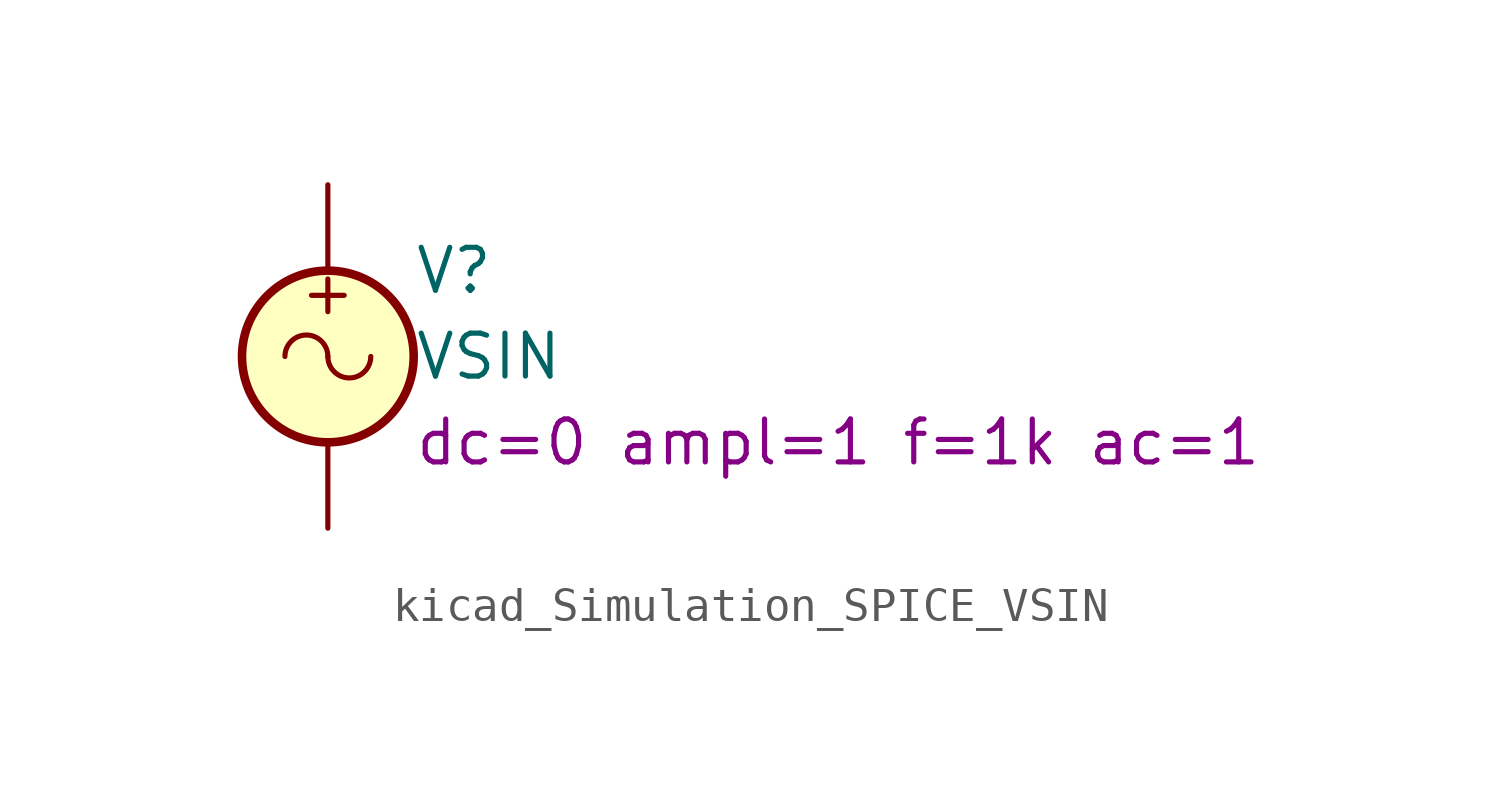
<source format=kicad_sym>
(kicad_symbol_lib
  (version 20220914)
  (generator kicad_symbol_editor)
  (symbol "kicad_Simulation_SPICE_VSIN"
    (pin_numbers hide)
    (pin_names
      (offset 0.025))
    (property "Reference" "V"
      (at 2.54 2.54 0)
      (effects (font (size 1.27 1.27)) (justify left)))
    (property "Value" "VSIN"
      (at 2.54 0 0)
      (effects (font (size 1.27 1.27)) (justify left)))
    (property "Sim.Params" "dc=0 ampl=1 f=1k ac=1"
      (at 2.54 -2.54 0)
      (effects (font (size 1.27 1.27)) (justify left)))
    (symbol "kicad_Simulation_SPICE_VSIN_0_0"
      (arc (start 0 0) (mid -0.635 0.6323) (end -1.27 0) (stroke (width 0) (type default)) (fill (type none)))
      (arc (start 0 0) (mid 0.635 -0.6323) (end 1.27 0) (stroke (width 0) (type default)) (fill (type none)))
      (text "+" (at 0 1.905 0) (effects (font (size 1.27 1.27)))))
    (symbol "kicad_Simulation_SPICE_VSIN_0_1"
      (circle (center 0 0) (radius 2.54) (stroke (width 0.254) (type default)) (fill (type background))))
    (symbol "kicad_Simulation_SPICE_VSIN_1_1"
      (pin passive line (at 0 5.08 270) (length 2.54) (name "~" (effects (font (size 1.27 1.27)))) (number "1" (effects (font (size 1.27 1.27)))))
      (pin passive line (at 0 -5.08 90) (length 2.54) (name "~" (effects (font (size 1.27 1.27)))) (number "2" (effects (font (size 1.27 1.27))))))))
</source>
